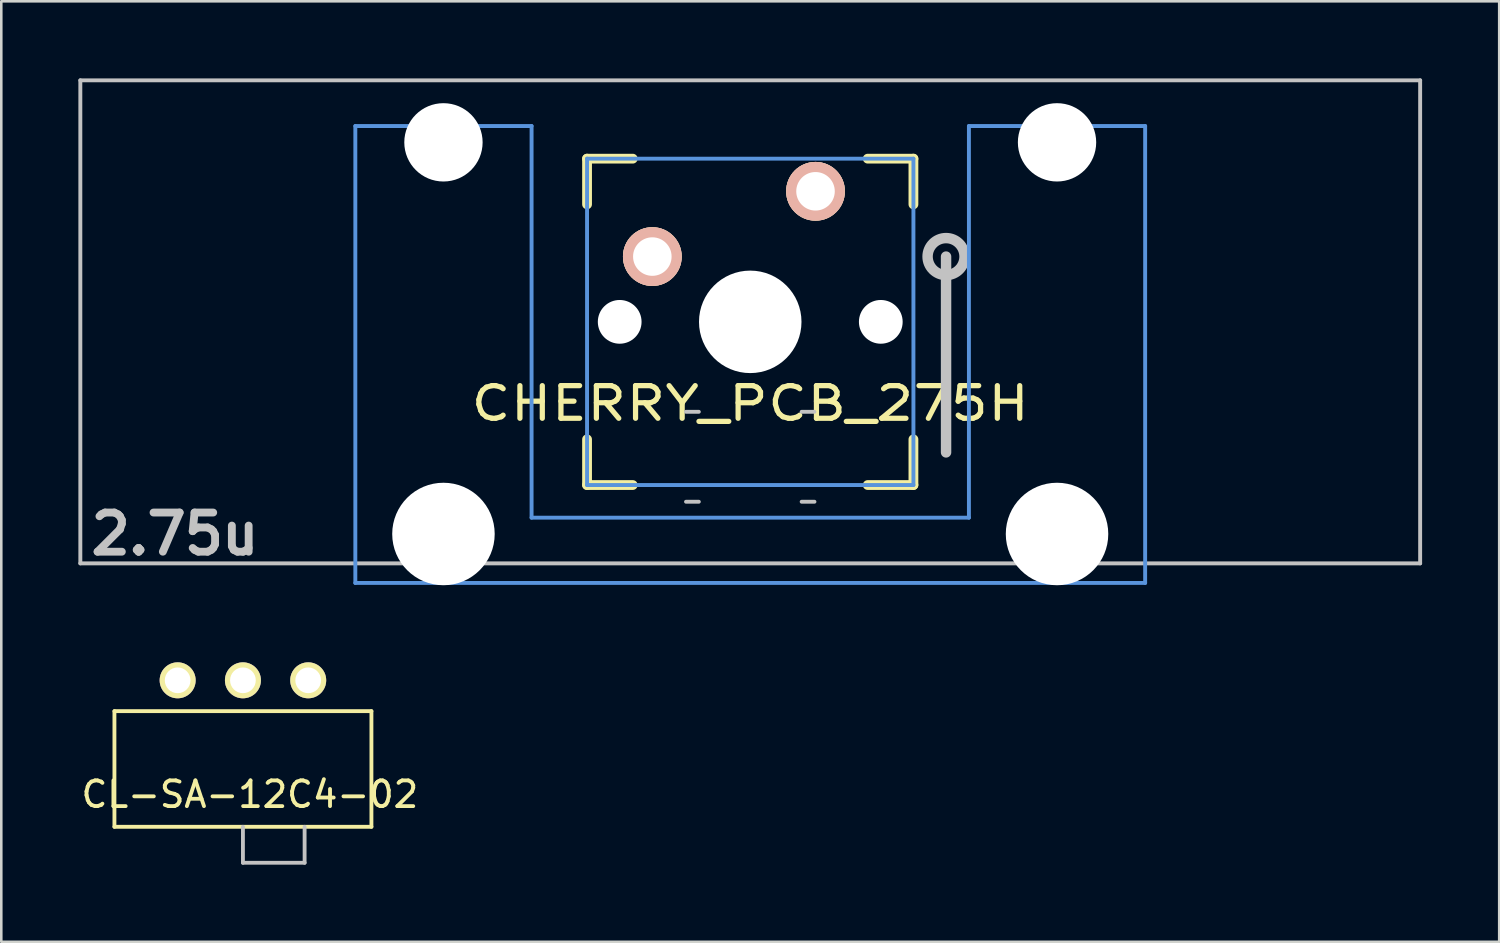
<source format=kicad_pcb>
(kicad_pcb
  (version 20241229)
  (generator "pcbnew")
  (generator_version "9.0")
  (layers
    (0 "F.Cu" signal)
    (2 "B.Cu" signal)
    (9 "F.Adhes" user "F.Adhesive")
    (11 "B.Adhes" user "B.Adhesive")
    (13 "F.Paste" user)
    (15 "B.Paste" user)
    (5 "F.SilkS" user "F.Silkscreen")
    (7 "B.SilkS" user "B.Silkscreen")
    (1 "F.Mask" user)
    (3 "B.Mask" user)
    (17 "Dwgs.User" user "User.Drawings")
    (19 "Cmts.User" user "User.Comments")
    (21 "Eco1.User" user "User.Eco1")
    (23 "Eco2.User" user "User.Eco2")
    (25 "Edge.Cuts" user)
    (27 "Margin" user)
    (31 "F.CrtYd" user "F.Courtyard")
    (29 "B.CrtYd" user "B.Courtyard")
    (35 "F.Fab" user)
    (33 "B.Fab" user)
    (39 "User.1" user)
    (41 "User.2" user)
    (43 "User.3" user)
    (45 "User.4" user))
  (footprint "CL-SA-12C4-02"
    (layer "F.Cu")
    (at 1.403 24.623)
    (property "Reference" "CL-SA-12C4-02" (at 5.27 3.24 0) (layer "F.SilkS") (effects (font (size 1 1) (thickness 0.15))))
    (attr through_hole)
    (fp_line (start 0 0) (end 0 4.5) (stroke (width 0.15) (type solid)) (layer "F.SilkS"))
    (fp_line (start 0 0) (end 10 0) (stroke (width 0.15) (type solid)) (layer "F.SilkS"))
    (fp_line (start 0 4.5) (end 10 4.5) (stroke (width 0.15) (type solid)) (layer "F.SilkS"))
    (fp_line (start 10 0) (end 10 4.5) (stroke (width 0.15) (type solid)) (layer "F.SilkS"))
    (fp_line (start 5 4.5) (end 5 5.9) (stroke (width 0.15) (type solid)) (layer "Dwgs.User"))
    (fp_line (start 5 5.9) (end 7.4 5.9) (stroke (width 0.15) (type solid)) (layer "Dwgs.User"))
    (fp_line (start 7.4 4.5) (end 7.4 5.9) (stroke (width 0.15) (type solid)) (layer "Dwgs.User"))
    (pad "1" thru_hole circle (at 2.46 -1.2) (size 1.4 1.4) (drill 1) (layers "*.Cu" "*.Mask" "F.SilkS"))
    (pad "2" thru_hole circle (at 5 -1.2) (size 1.4 1.4) (drill 1) (layers "*.Cu" "*.Mask" "F.SilkS"))
    (pad "3" thru_hole circle (at 7.54 -1.2) (size 1.4 1.4) (drill 1) (layers "*.Cu" "*.Mask" "F.SilkS")))
  (footprint "CHERRY_PCB_275H"
    (layer "F.Cu")
    (at 26.144 9.474)
    (property "Reference" "CHERRY_PCB_275H" (at 0 3.175 0) (layer "F.SilkS") (effects (font (size 1.27 1.524) (thickness 0.203))))
    (attr through_hole)
    (fp_line (start -6.35 -6.35) (end -4.572 -6.35) (stroke (width 0.381) (type solid)) (layer "F.SilkS"))
    (fp_line (start -6.35 -4.572) (end -6.35 -6.35) (stroke (width 0.381) (type solid)) (layer "F.SilkS"))
    (fp_line (start -6.35 6.35) (end -6.35 4.572) (stroke (width 0.381) (type solid)) (layer "F.SilkS"))
    (fp_line (start -4.572 6.35) (end -6.35 6.35) (stroke (width 0.381) (type solid)) (layer "F.SilkS"))
    (fp_line (start 4.572 -6.35) (end 6.35 -6.35) (stroke (width 0.381) (type solid)) (layer "F.SilkS"))
    (fp_line (start 6.35 -6.35) (end 6.35 -4.572) (stroke (width 0.381) (type solid)) (layer "F.SilkS"))
    (fp_line (start 6.35 4.572) (end 6.35 6.35) (stroke (width 0.381) (type solid)) (layer "F.SilkS"))
    (fp_line (start 6.35 6.35) (end 4.572 6.35) (stroke (width 0.381) (type solid)) (layer "F.SilkS"))
    (fp_line (start -26.068 -9.398) (end 26.068 -9.398) (stroke (width 0.152) (type solid)) (layer "Dwgs.User"))
    (fp_line (start -26.068 9.398) (end -26.068 -9.398) (stroke (width 0.152) (type solid)) (layer "Dwgs.User"))
    (fp_line (start -2.5 3.5) (end -2 3.5) (stroke (width 0.15) (type solid)) (layer "Dwgs.User"))
    (fp_line (start -2.5 7) (end -2 7) (stroke (width 0.15) (type solid)) (layer "Dwgs.User"))
    (fp_line (start 2 3.5) (end 2.5 3.5) (stroke (width 0.15) (type solid)) (layer "Dwgs.User"))
    (fp_line (start 2 7) (end 2.5 7) (stroke (width 0.15) (type solid)) (layer "Dwgs.User"))
    (fp_line (start 7.62 -2.54) (end 7.62 5.08) (stroke (width 0.406) (type solid)) (layer "Dwgs.User"))
    (fp_line (start 26.068 -9.398) (end 26.068 9.398) (stroke (width 0.152) (type solid)) (layer "Dwgs.User"))
    (fp_line (start 26.068 9.398) (end -26.068 9.398) (stroke (width 0.152) (type solid)) (layer "Dwgs.User"))
    (fp_circle (center 7.62 -2.54) (end 8.23 -2.921) (stroke (width 0.406) (type solid)) (fill no) (layer "Dwgs.User"))
    (fp_line (start -15.367 -7.62) (end -15.367 10.16) (stroke (width 0.152) (type solid)) (layer "Cmts.User"))
    (fp_line (start -15.367 10.16) (end 15.367 10.16) (stroke (width 0.152) (type solid)) (layer "Cmts.User"))
    (fp_line (start -8.509 -7.62) (end -15.367 -7.62) (stroke (width 0.152) (type solid)) (layer "Cmts.User"))
    (fp_line (start -8.509 7.62) (end -8.509 -7.62) (stroke (width 0.152) (type solid)) (layer "Cmts.User"))
    (fp_line (start -6.35 -6.35) (end 6.35 -6.35) (stroke (width 0.152) (type solid)) (layer "Cmts.User"))
    (fp_line (start -6.35 6.35) (end -6.35 -6.35) (stroke (width 0.152) (type solid)) (layer "Cmts.User"))
    (fp_line (start 6.35 -6.35) (end 6.35 6.35) (stroke (width 0.152) (type solid)) (layer "Cmts.User"))
    (fp_line (start 6.35 6.35) (end -6.35 6.35) (stroke (width 0.152) (type solid)) (layer "Cmts.User"))
    (fp_line (start 8.509 -7.62) (end 8.509 7.62) (stroke (width 0.152) (type solid)) (layer "Cmts.User"))
    (fp_line (start 8.509 7.62) (end -8.509 7.62) (stroke (width 0.152) (type solid)) (layer "Cmts.User"))
    (fp_line (start 15.367 -7.62) (end 8.509 -7.62) (stroke (width 0.152) (type solid)) (layer "Cmts.User"))
    (fp_line (start 15.367 10.16) (end 15.367 -7.62) (stroke (width 0.152) (type solid)) (layer "Cmts.User"))
    (fp_line (start -16.129 -2.286) (end -15.265 -2.286) (stroke (width 0.152) (type solid)) (layer "Eco2.User"))
    (fp_line (start -16.129 0.508) (end -16.129 -2.286) (stroke (width 0.152) (type solid)) (layer "Eco2.User"))
    (fp_line (start -15.265 -5.69) (end -8.611 -5.69) (stroke (width 0.152) (type solid)) (layer "Eco2.User"))
    (fp_line (start -15.265 -2.286) (end -15.265 -5.69) (stroke (width 0.152) (type solid)) (layer "Eco2.User"))
    (fp_line (start -15.265 0.508) (end -16.129 0.508) (stroke (width 0.152) (type solid)) (layer "Eco2.User"))
    (fp_line (start -15.265 6.604) (end -15.265 0.508) (stroke (width 0.152) (type solid)) (layer "Eco2.User"))
    (fp_line (start -14.224 6.604) (end -15.265 6.604) (stroke (width 0.152) (type solid)) (layer "Eco2.User"))
    (fp_line (start -14.224 7.772) (end -14.224 6.604) (stroke (width 0.152) (type solid)) (layer "Eco2.User"))
    (fp_line (start -9.652 6.604) (end -9.652 7.772) (stroke (width 0.152) (type solid)) (layer "Eco2.User"))
    (fp_line (start -9.652 7.772) (end -14.224 7.772) (stroke (width 0.152) (type solid)) (layer "Eco2.User"))
    (fp_line (start -8.611 -5.69) (end -8.611 -4.877) (stroke (width 0.152) (type solid)) (layer "Eco2.User"))
    (fp_line (start -8.611 -4.877) (end -6.985 -4.877) (stroke (width 0.152) (type solid)) (layer "Eco2.User"))
    (fp_line (start -8.611 5.817) (end -8.611 6.604) (stroke (width 0.152) (type solid)) (layer "Eco2.User"))
    (fp_line (start -8.611 6.604) (end -9.652 6.604) (stroke (width 0.152) (type solid)) (layer "Eco2.User"))
    (fp_line (start -6.985 -6.985) (end 6.985 -6.985) (stroke (width 0.152) (type solid)) (layer "Eco2.User"))
    (fp_line (start -6.985 -4.877) (end -6.985 -6.985) (stroke (width 0.152) (type solid)) (layer "Eco2.User"))
    (fp_line (start -6.985 5.817) (end -8.611 5.817) (stroke (width 0.152) (type solid)) (layer "Eco2.User"))
    (fp_line (start -6.985 6.985) (end -6.985 5.817) (stroke (width 0.152) (type solid)) (layer "Eco2.User"))
    (fp_line (start 6.985 -6.985) (end 6.985 -4.877) (stroke (width 0.152) (type solid)) (layer "Eco2.User"))
    (fp_line (start 6.985 -4.877) (end 8.611 -4.877) (stroke (width 0.152) (type solid)) (layer "Eco2.User"))
    (fp_line (start 6.985 5.817) (end 6.985 6.985) (stroke (width 0.152) (type solid)) (layer "Eco2.User"))
    (fp_line (start 6.985 6.985) (end -6.985 6.985) (stroke (width 0.152) (type solid)) (layer "Eco2.User"))
    (fp_line (start 8.611 -5.69) (end 15.265 -5.69) (stroke (width 0.152) (type solid)) (layer "Eco2.User"))
    (fp_line (start 8.611 -4.877) (end 8.611 -5.69) (stroke (width 0.152) (type solid)) (layer "Eco2.User"))
    (fp_line (start 8.611 5.817) (end 6.985 5.817) (stroke (width 0.152) (type solid)) (layer "Eco2.User"))
    (fp_line (start 8.611 6.604) (end 8.611 5.817) (stroke (width 0.152) (type solid)) (layer "Eco2.User"))
    (fp_line (start 9.652 6.604) (end 8.611 6.604) (stroke (width 0.152) (type solid)) (layer "Eco2.User"))
    (fp_line (start 9.652 7.772) (end 9.652 6.604) (stroke (width 0.152) (type solid)) (layer "Eco2.User"))
    (fp_line (start 14.224 6.604) (end 14.224 7.772) (stroke (width 0.152) (type solid)) (layer "Eco2.User"))
    (fp_line (start 14.224 7.772) (end 9.652 7.772) (stroke (width 0.152) (type solid)) (layer "Eco2.User"))
    (fp_line (start 15.265 -5.69) (end 15.265 -2.286) (stroke (width 0.152) (type solid)) (layer "Eco2.User"))
    (fp_line (start 15.265 -2.286) (end 16.129 -2.286) (stroke (width 0.152) (type solid)) (layer "Eco2.User"))
    (fp_line (start 15.265 0.508) (end 15.265 6.604) (stroke (width 0.152) (type solid)) (layer "Eco2.User"))
    (fp_line (start 15.265 6.604) (end 14.224 6.604) (stroke (width 0.152) (type solid)) (layer "Eco2.User"))
    (fp_line (start 16.129 -2.286) (end 16.129 0.508) (stroke (width 0.152) (type solid)) (layer "Eco2.User"))
    (fp_line (start 16.129 0.508) (end 15.265 0.508) (stroke (width 0.152) (type solid)) (layer "Eco2.User"))
    (fp_text user "2.75u" (at -22.385 8.255 0) (layer "Dwgs.User") (effects (font (size 1.524 1.524) (thickness 0.305))))
    (pad "" np_thru_hole circle (at -11.938 -6.985) (size 3.048 3.048) (drill 3.048) (layers "*.Cu"))
    (pad "" np_thru_hole circle (at -11.938 8.255) (size 3.988 3.988) (drill 3.988) (layers "*.Cu"))
    (pad "" np_thru_hole circle (at -5.08 0) (size 1.702 1.702) (drill 1.702) (layers "*.Cu"))
    (pad "" np_thru_hole circle (at 0 0) (size 3.988 3.988) (drill 3.988) (layers "*.Cu"))
    (pad "" np_thru_hole circle (at 5.08 0) (size 1.702 1.702) (drill 1.702) (layers "*.Cu"))
    (pad "" np_thru_hole circle (at 11.938 -6.985) (size 3.048 3.048) (drill 3.048) (layers "*.Cu"))
    (pad "" np_thru_hole circle (at 11.938 8.255) (size 3.988 3.988) (drill 3.988) (layers "*.Cu"))
    (pad "1" thru_hole circle (at 2.54 -5.08) (size 2.286 2.286) (drill 1.499) (layers "*.Cu" "*.SilkS" "*.Mask"))
    (pad "2" thru_hole circle (at -3.81 -2.54) (size 2.286 2.286) (drill 1.499) (layers "*.Cu" "*.SilkS" "*.Mask")))
  (gr_rect
    (start -3 -3)
    (end 55.288 33.598)
    (stroke (width 0.1) (type default))
    (fill no)
    (layer "Edge.Cuts")))
</source>
